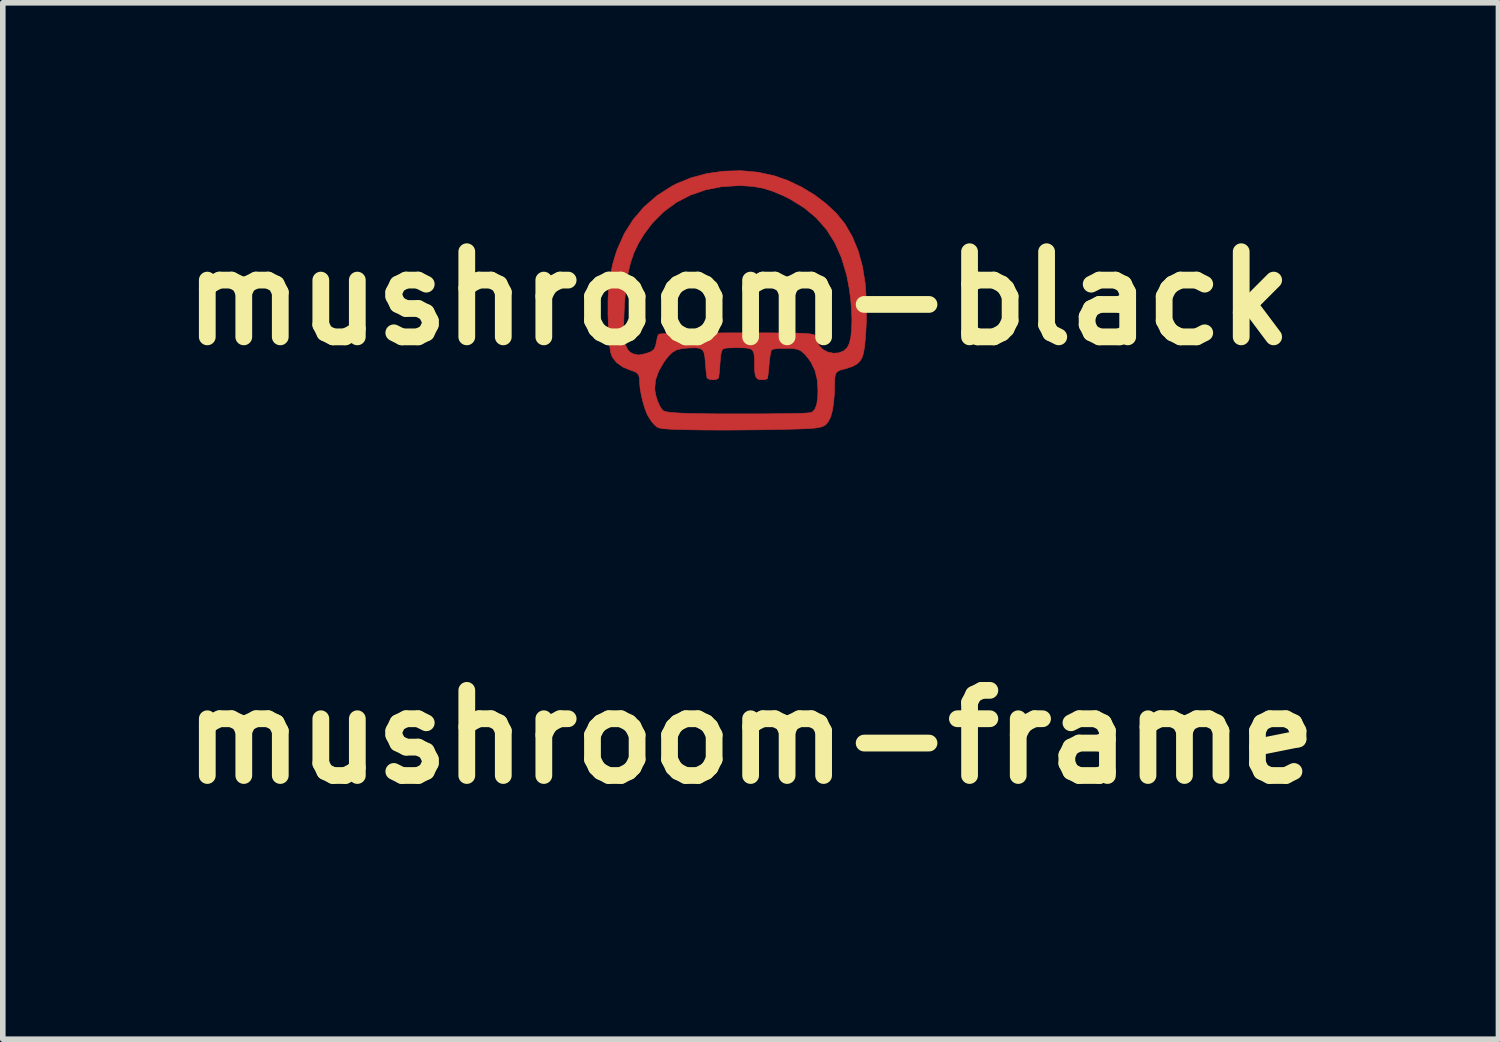
<source format=kicad_pcb>
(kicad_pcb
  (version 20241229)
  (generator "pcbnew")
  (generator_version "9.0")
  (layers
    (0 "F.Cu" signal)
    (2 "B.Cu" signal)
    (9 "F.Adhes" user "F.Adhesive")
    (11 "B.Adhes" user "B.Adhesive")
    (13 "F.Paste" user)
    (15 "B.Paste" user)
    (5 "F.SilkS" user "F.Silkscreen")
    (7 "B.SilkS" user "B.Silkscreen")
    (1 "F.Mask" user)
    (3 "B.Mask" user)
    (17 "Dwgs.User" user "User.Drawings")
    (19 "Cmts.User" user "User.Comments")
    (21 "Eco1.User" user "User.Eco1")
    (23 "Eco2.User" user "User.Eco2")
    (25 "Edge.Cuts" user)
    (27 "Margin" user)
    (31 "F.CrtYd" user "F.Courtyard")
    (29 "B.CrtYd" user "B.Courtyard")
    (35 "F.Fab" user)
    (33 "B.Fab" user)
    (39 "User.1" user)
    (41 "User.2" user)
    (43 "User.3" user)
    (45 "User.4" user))
  (footprint "mushroom-frame"
    (layer "F.Cu")
    (at 10.385 10.141)
    (property "Reference" "mushroom-frame" (at 0 0 0) (layer "F.SilkS") (effects (font (size 1.524 1.524) (thickness 0.3))))
    (attr through_hole)
    (fp_poly (pts (xy 0.15 -2.484) (xy 0.385 -2.482) (xy 0.614 -2.478) (xy 0.832 -2.473) (xy 1.033 -2.466) (xy 1.212 -2.458) (xy 1.363 -2.449) (xy 1.48 -2.439) (xy 1.546 -2.43) (xy 1.751 -2.383) (xy 1.923 -2.319) (xy 2.064 -2.233) (xy 2.176 -2.123) (xy 2.264 -1.984) (xy 2.331 -1.813) (xy 2.378 -1.607) (xy 2.405 -1.403) (xy 2.418 -1.245) (xy 2.428 -1.058) (xy 2.436 -0.845) (xy 2.441 -0.614) (xy 2.444 -0.368) (xy 2.445 -0.114) (xy 2.443 0.143) (xy 2.439 0.397) (xy 2.433 0.643) (xy 2.425 0.875) (xy 2.416 1.088) (xy 2.404 1.276) (xy 2.39 1.434) (xy 2.375 1.556) (xy 2.367 1.602) (xy 2.317 1.786) (xy 2.251 1.94) (xy 2.165 2.067) (xy 2.054 2.169) (xy 1.916 2.249) (xy 1.746 2.309) (xy 1.541 2.353) (xy 1.298 2.383) (xy 1.287 2.384) (xy 1.206 2.389) (xy 1.088 2.393) (xy 0.937 2.397) (xy 0.759 2.399) (xy 0.561 2.402) (xy 0.347 2.403) (xy 0.124 2.404) (xy -0.103 2.404) (xy -0.327 2.403) (xy -0.543 2.402) (xy -0.746 2.4) (xy -0.928 2.397) (xy -1.086 2.394) (xy -1.212 2.389) (xy -1.301 2.385) (xy -1.316 2.384) (xy -1.554 2.354) (xy -1.754 2.312) (xy -1.919 2.254) (xy -2.054 2.179) (xy -2.163 2.085) (xy -2.25 1.969) (xy -2.286 1.905) (xy -2.319 1.831) (xy -2.348 1.749) (xy -2.372 1.655) (xy -2.393 1.547) (xy -2.41 1.42) (xy -2.423 1.272) (xy -2.434 1.098) (xy -2.441 0.895) (xy -2.447 0.66) (xy -2.45 0.388) (xy -2.45 0.332) (xy -2.336 0.332) (xy -2.328 0.524) (xy -2.31 0.693) (xy -2.283 0.833) (xy -2.253 0.921) (xy -2.193 1.011) (xy -2.105 1.089) (xy -2.004 1.145) (xy -1.94 1.163) (xy -1.882 1.174) (xy -1.84 1.192) (xy -1.81 1.224) (xy -1.788 1.276) (xy -1.77 1.356) (xy -1.751 1.471) (xy -1.746 1.502) (xy -1.71 1.706) (xy -1.667 1.871) (xy -1.615 2) (xy -1.553 2.098) (xy -1.479 2.169) (xy -1.451 2.187) (xy -1.436 2.196) (xy -1.417 2.204) (xy -1.392 2.21) (xy -1.358 2.215) (xy -1.31 2.22) (xy -1.247 2.223) (xy -1.163 2.226) (xy -1.056 2.227) (xy -0.923 2.229) (xy -0.76 2.23) (xy -0.563 2.23) (xy -0.33 2.23) (xy -0.057 2.23) (xy 0 2.23) (xy 0.245 2.23) (xy 0.48 2.229) (xy 0.698 2.227) (xy 0.898 2.225) (xy 1.074 2.223) (xy 1.223 2.22) (xy 1.34 2.217) (xy 1.421 2.214) (xy 1.463 2.21) (xy 1.465 2.21) (xy 1.538 2.183) (xy 1.601 2.143) (xy 1.606 2.139) (xy 1.649 2.092) (xy 1.682 2.039) (xy 1.705 1.97) (xy 1.722 1.88) (xy 1.734 1.76) (xy 1.742 1.604) (xy 1.743 1.596) (xy 1.749 1.457) (xy 1.757 1.355) (xy 1.77 1.283) (xy 1.79 1.235) (xy 1.823 1.203) (xy 1.87 1.181) (xy 1.936 1.162) (xy 1.956 1.156) (xy 2.075 1.121) (xy 2.161 1.08) (xy 2.219 1.026) (xy 2.259 0.951) (xy 2.286 0.845) (xy 2.301 0.757) (xy 2.311 0.656) (xy 2.319 0.521) (xy 2.324 0.363) (xy 2.326 0.194) (xy 2.325 0.022) (xy 2.321 -0.141) (xy 2.314 -0.284) (xy 2.304 -0.398) (xy 2.3 -0.431) (xy 2.257 -0.656) (xy 2.199 -0.876) (xy 2.132 -1.077) (xy 2.079 -1.201) (xy 1.946 -1.434) (xy 1.774 -1.651) (xy 1.57 -1.848) (xy 1.337 -2.021) (xy 1.081 -2.167) (xy 0.806 -2.281) (xy 0.715 -2.31) (xy 0.521 -2.353) (xy 0.299 -2.378) (xy 0.057 -2.385) (xy -0.193 -2.375) (xy -0.44 -2.348) (xy -0.675 -2.305) (xy -0.872 -2.25) (xy -1.123 -2.147) (xy -1.361 -2.011) (xy -1.578 -1.847) (xy -1.767 -1.662) (xy -1.892 -1.502) (xy -1.959 -1.394) (xy -2.031 -1.26) (xy -2.101 -1.116) (xy -2.161 -0.977) (xy -2.205 -0.857) (xy -2.207 -0.852) (xy -2.249 -0.688) (xy -2.283 -0.501) (xy -2.309 -0.297) (xy -2.327 -0.086) (xy -2.336 0.127) (xy -2.336 0.332) (xy -2.45 0.332) (xy -2.451 0.078) (xy -2.451 -0.033) (xy -2.45 -0.369) (xy -2.448 -0.664) (xy -2.442 -0.921) (xy -2.434 -1.144) (xy -2.423 -1.337) (xy -2.408 -1.501) (xy -2.389 -1.641) (xy -2.365 -1.76) (xy -2.336 -1.862) (xy -2.302 -1.949) (xy -2.261 -2.024) (xy -2.214 -2.092) (xy -2.162 -2.154) (xy -2.096 -2.219) (xy -2.025 -2.275) (xy -1.945 -2.321) (xy -1.852 -2.359) (xy -1.741 -2.391) (xy -1.608 -2.416) (xy -1.448 -2.436) (xy -1.258 -2.452) (xy -1.034 -2.464) (xy -0.77 -2.475) (xy -0.729 -2.476) (xy -0.529 -2.481) (xy -0.313 -2.484) (xy -0.084 -2.485) (xy 0.15 -2.484)) (stroke (width 0.01) (type solid)) (fill no) (layer "Eco1.User")))
  (footprint "mushroom-black"
    (layer "F.Cu")
    (at 10.167 2.29)
    (property "Reference" "mushroom-black" (at 0 0 0) (layer "F.SilkS") (effects (font (size 1.524 1.524) (thickness 0.3))))
    (attr through_hole)
    (fp_poly (pts (xy 0.345 -2.258) (xy 0.637 -2.195) (xy 0.641 -2.194) (xy 0.887 -2.108) (xy 1.129 -1.992) (xy 1.359 -1.853) (xy 1.568 -1.695) (xy 1.75 -1.524) (xy 1.897 -1.345) (xy 1.913 -1.321) (xy 2.042 -1.096) (xy 2.144 -0.847) (xy 2.219 -0.574) (xy 2.268 -0.272) (xy 2.291 0.061) (xy 2.289 0.426) (xy 2.281 0.581) (xy 2.269 0.75) (xy 2.255 0.88) (xy 2.238 0.979) (xy 2.216 1.053) (xy 2.186 1.109) (xy 2.147 1.152) (xy 2.102 1.186) (xy 2.038 1.219) (xy 1.953 1.249) (xy 1.907 1.262) (xy 1.822 1.284) (xy 1.768 1.312) (xy 1.738 1.354) (xy 1.725 1.422) (xy 1.722 1.52) (xy 1.717 1.707) (xy 1.703 1.874) (xy 1.68 2.015) (xy 1.65 2.123) (xy 1.63 2.167) (xy 1.604 2.212) (xy 1.577 2.247) (xy 1.544 2.275) (xy 1.5 2.296) (xy 1.439 2.312) (xy 1.357 2.323) (xy 1.249 2.331) (xy 1.109 2.337) (xy 0.932 2.342) (xy 0.85 2.344) (xy 0.616 2.349) (xy 0.368 2.353) (xy 0.114 2.355) (xy -0.139 2.357) (xy -0.384 2.357) (xy -0.615 2.356) (xy -0.825 2.353) (xy -1.006 2.349) (xy -1.152 2.345) (xy -1.186 2.343) (xy -1.294 2.337) (xy -1.368 2.33) (xy -1.417 2.32) (xy -1.453 2.304) (xy -1.485 2.28) (xy -1.51 2.256) (xy -1.563 2.193) (xy -1.615 2.11) (xy -1.642 2.057) (xy -1.677 1.964) (xy -1.71 1.85) (xy -1.739 1.729) (xy -1.759 1.617) (xy -1.76 1.61) (xy -1.498 1.61) (xy -1.495 1.646) (xy -1.477 1.744) (xy -1.446 1.843) (xy -1.407 1.93) (xy -1.365 1.993) (xy -1.339 2.015) (xy -1.304 2.027) (xy -1.247 2.038) (xy -1.164 2.046) (xy -1.054 2.053) (xy -0.913 2.059) (xy -0.74 2.063) (xy -0.531 2.066) (xy -0.285 2.068) (xy 0.001 2.068) (xy 0.232 2.068) (xy 0.491 2.067) (xy 0.709 2.065) (xy 0.888 2.063) (xy 1.032 2.06) (xy 1.144 2.057) (xy 1.225 2.052) (xy 1.281 2.047) (xy 1.312 2.04) (xy 1.318 2.038) (xy 1.367 1.988) (xy 1.4 1.903) (xy 1.419 1.779) (xy 1.423 1.634) (xy 1.409 1.448) (xy 1.369 1.289) (xy 1.3 1.147) (xy 1.252 1.078) (xy 1.187 0.999) (xy 1.129 0.947) (xy 1.067 0.915) (xy 0.988 0.9) (xy 0.88 0.895) (xy 0.839 0.895) (xy 0.72 0.897) (xy 0.638 0.906) (xy 0.596 0.92) (xy 0.594 0.921) (xy 0.581 0.953) (xy 0.568 1.019) (xy 0.556 1.108) (xy 0.549 1.182) (xy 0.54 1.28) (xy 0.531 1.363) (xy 0.523 1.419) (xy 0.518 1.437) (xy 0.49 1.45) (xy 0.435 1.457) (xy 0.418 1.458) (xy 0.364 1.452) (xy 0.327 1.43) (xy 0.304 1.386) (xy 0.292 1.313) (xy 0.287 1.204) (xy 0.287 1.163) (xy 0.285 1.052) (xy 0.275 0.975) (xy 0.25 0.926) (xy 0.202 0.899) (xy 0.126 0.887) (xy 0.014 0.884) (xy -0.021 0.883) (xy -0.132 0.885) (xy -0.207 0.889) (xy -0.254 0.898) (xy -0.282 0.912) (xy -0.29 0.92) (xy -0.307 0.963) (xy -0.32 1.045) (xy -0.33 1.16) (xy -0.331 1.179) (xy -0.338 1.276) (xy -0.346 1.358) (xy -0.355 1.413) (xy -0.36 1.43) (xy -0.396 1.452) (xy -0.452 1.458) (xy -0.511 1.452) (xy -0.553 1.433) (xy -0.562 1.421) (xy -0.569 1.383) (xy -0.578 1.313) (xy -0.586 1.224) (xy -0.59 1.174) (xy -0.6 1.054) (xy -0.616 0.972) (xy -0.645 0.921) (xy -0.694 0.894) (xy -0.769 0.885) (xy -0.876 0.887) (xy -0.882 0.888) (xy -1.01 0.899) (xy -1.107 0.923) (xy -1.186 0.968) (xy -1.258 1.04) (xy -1.332 1.138) (xy -1.428 1.304) (xy -1.483 1.46) (xy -1.498 1.61) (xy -1.76 1.61) (xy -1.767 1.53) (xy -1.767 1.528) (xy -1.771 1.432) (xy -1.788 1.369) (xy -1.825 1.329) (xy -1.887 1.3) (xy -1.916 1.292) (xy -2.068 1.23) (xy -2.183 1.147) (xy -2.251 1.059) (xy -2.27 1.021) (xy -2.284 0.978) (xy -2.295 0.923) (xy -2.305 0.847) (xy -2.313 0.743) (xy -2.322 0.604) (xy -2.323 0.579) (xy -2.329 0.44) (xy -2.053 0.44) (xy -2.051 0.608) (xy -2.04 0.741) (xy -2.018 0.842) (xy -1.984 0.916) (xy -1.937 0.966) (xy -1.875 0.997) (xy -1.798 1.012) (xy -1.788 1.013) (xy -1.748 1.009) (xy -1.683 0.994) (xy -1.639 0.982) (xy -1.561 0.953) (xy -1.512 0.914) (xy -1.484 0.854) (xy -1.466 0.77) (xy -1.453 0.705) (xy -1.436 0.656) (xy -1.43 0.646) (xy -1.416 0.64) (xy -1.383 0.635) (xy -1.328 0.631) (xy -1.248 0.627) (xy -1.141 0.624) (xy -1.003 0.622) (xy -0.833 0.621) (xy -0.627 0.619) (xy -0.383 0.619) (xy -0.099 0.618) (xy -0.033 0.618) (xy 0.252 0.618) (xy 0.496 0.618) (xy 0.702 0.619) (xy 0.874 0.62) (xy 1.014 0.622) (xy 1.126 0.625) (xy 1.214 0.63) (xy 1.28 0.636) (xy 1.327 0.645) (xy 1.36 0.657) (xy 1.38 0.671) (xy 1.392 0.688) (xy 1.398 0.708) (xy 1.402 0.733) (xy 1.405 0.753) (xy 1.442 0.844) (xy 1.51 0.914) (xy 1.598 0.961) (xy 1.696 0.982) (xy 1.795 0.976) (xy 1.885 0.94) (xy 1.95 0.879) (xy 1.986 0.803) (xy 2.012 0.691) (xy 2.026 0.55) (xy 2.031 0.385) (xy 2.025 0.203) (xy 2.009 0.012) (xy 1.982 -0.183) (xy 1.946 -0.375) (xy 1.933 -0.431) (xy 1.843 -0.73) (xy 1.725 -0.996) (xy 1.576 -1.232) (xy 1.394 -1.439) (xy 1.179 -1.619) (xy 0.929 -1.774) (xy 0.806 -1.836) (xy 0.617 -1.916) (xy 0.445 -1.97) (xy 0.27 -2.002) (xy 0.078 -2.016) (xy 0 -2.017) (xy -0.303 -1.998) (xy -0.591 -1.941) (xy -0.861 -1.847) (xy -1.11 -1.718) (xy -1.334 -1.554) (xy -1.53 -1.358) (xy -1.571 -1.308) (xy -1.692 -1.145) (xy -1.791 -0.982) (xy -1.871 -0.814) (xy -1.933 -0.633) (xy -1.98 -0.432) (xy -2.014 -0.206) (xy -2.037 0.053) (xy -2.046 0.232) (xy -2.053 0.44) (xy -2.329 0.44) (xy -2.335 0.283) (xy -2.334 0.023) (xy -2.32 -0.211) (xy -2.291 -0.425) (xy -2.247 -0.626) (xy -2.187 -0.824) (xy -2.167 -0.881) (xy -2.042 -1.16) (xy -1.882 -1.413) (xy -1.687 -1.639) (xy -1.46 -1.836) (xy -1.2 -2.003) (xy -1.115 -2.048) (xy -0.85 -2.157) (xy -0.564 -2.234) (xy -0.263 -2.276) (xy 0.043 -2.285) (xy 0.345 -2.258)) (stroke (width 0.01) (type solid)) (fill yes) (layer "F.Cu")))
  (gr_rect
    (start -3 -3)
    (end 23.77 15.55)
    (stroke (width 0.1) (type default))
    (fill no)
    (layer "Edge.Cuts")))
</source>
